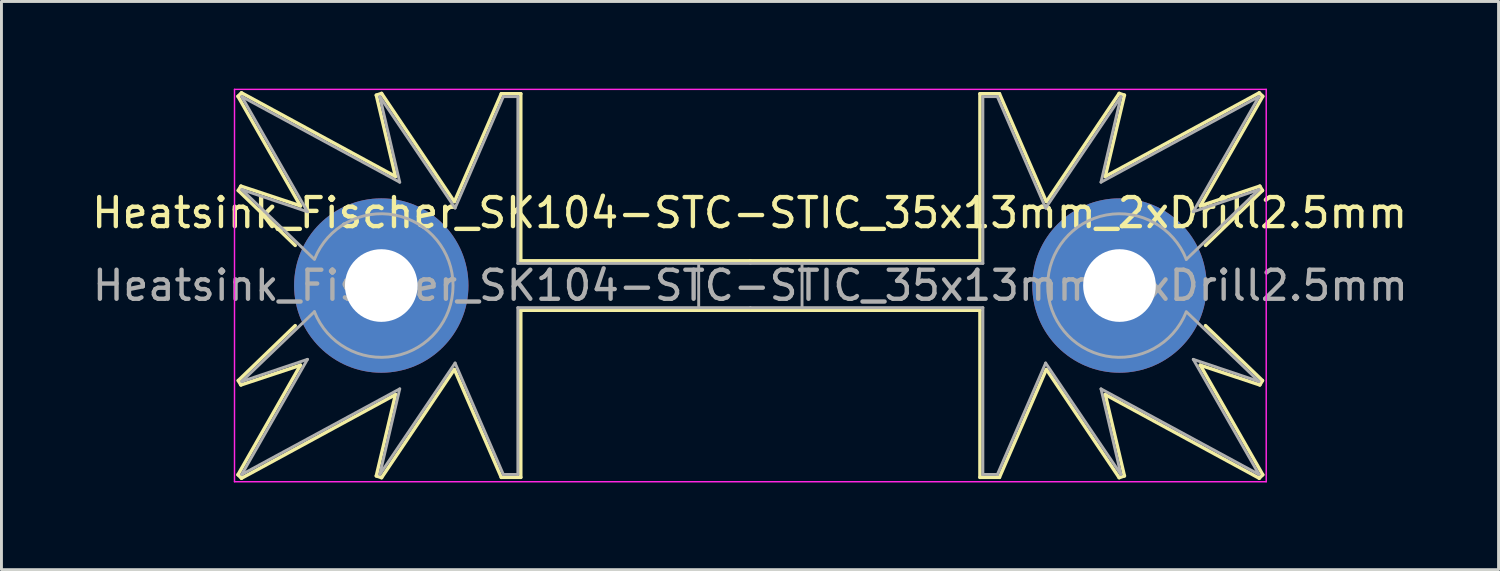
<source format=kicad_pcb>
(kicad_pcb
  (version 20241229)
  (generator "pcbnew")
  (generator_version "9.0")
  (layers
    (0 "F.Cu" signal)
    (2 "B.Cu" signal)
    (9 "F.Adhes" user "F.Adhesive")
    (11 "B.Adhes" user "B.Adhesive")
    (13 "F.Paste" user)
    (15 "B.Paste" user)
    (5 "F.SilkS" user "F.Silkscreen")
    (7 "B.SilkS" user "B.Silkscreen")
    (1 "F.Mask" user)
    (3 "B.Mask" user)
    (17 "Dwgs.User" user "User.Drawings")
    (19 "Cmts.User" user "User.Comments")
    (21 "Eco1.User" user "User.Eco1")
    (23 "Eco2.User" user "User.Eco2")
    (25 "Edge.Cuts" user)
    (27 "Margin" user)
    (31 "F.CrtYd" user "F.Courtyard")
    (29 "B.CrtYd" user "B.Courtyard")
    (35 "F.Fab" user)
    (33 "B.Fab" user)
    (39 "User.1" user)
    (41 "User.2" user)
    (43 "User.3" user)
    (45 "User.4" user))
  (footprint "Heatsink_Fischer_SK104-STC-STIC_35x13mm_2xDrill2.5mm"
    (layer "F.Cu")
    (at 22.769 6.775)
    (property "Reference" "Heatsink_Fischer_SK104-STC-STIC_35x13mm_2xDrill2.5mm" (at -0.025 -2.5 0) (layer "F.SilkS") (effects (font (size 1 1) (thickness 0.15))))
    (attr through_hole)
    (fp_line (start -17.63 -6.51) (end -15.48 -2.74) (stroke (width 0.12) (type solid)) (layer "F.SilkS"))
    (fp_line (start -17.63 6.51) (end -15.48 2.74) (stroke (width 0.12) (type solid)) (layer "F.SilkS"))
    (fp_line (start -17.62 -3.27) (end -15.66 -1.38) (stroke (width 0.12) (type solid)) (layer "F.SilkS"))
    (fp_line (start -17.62 3.27) (end -15.66 1.38) (stroke (width 0.12) (type solid)) (layer "F.SilkS"))
    (fp_line (start -17.53 -3.42) (end -17.62 -3.27) (stroke (width 0.12) (type solid)) (layer "F.SilkS"))
    (fp_line (start -17.53 3.42) (end -17.62 3.27) (stroke (width 0.12) (type solid)) (layer "F.SilkS"))
    (fp_line (start -17.51 -6.63) (end -17.63 -6.51) (stroke (width 0.12) (type solid)) (layer "F.SilkS"))
    (fp_line (start -17.51 6.63) (end -17.63 6.51) (stroke (width 0.12) (type solid)) (layer "F.SilkS"))
    (fp_line (start -15.48 -2.74) (end -17.53 -3.42) (stroke (width 0.12) (type solid)) (layer "F.SilkS"))
    (fp_line (start -15.48 2.74) (end -17.53 3.42) (stroke (width 0.12) (type solid)) (layer "F.SilkS"))
    (fp_line (start -12.87 -6.55) (end -12.21 -3.75) (stroke (width 0.12) (type solid)) (layer "F.SilkS"))
    (fp_line (start -12.87 6.55) (end -12.21 3.75) (stroke (width 0.12) (type solid)) (layer "F.SilkS"))
    (fp_line (start -12.69 -6.61) (end -12.87 -6.55) (stroke (width 0.12) (type solid)) (layer "F.SilkS"))
    (fp_line (start -12.69 6.61) (end -12.87 6.55) (stroke (width 0.12) (type solid)) (layer "F.SilkS"))
    (fp_line (start -12.21 -3.75) (end -17.51 -6.63) (stroke (width 0.12) (type solid)) (layer "F.SilkS"))
    (fp_line (start -12.21 3.75) (end -17.51 6.63) (stroke (width 0.12) (type solid)) (layer "F.SilkS"))
    (fp_line (start -10.19 -2.89) (end -12.69 -6.61) (stroke (width 0.12) (type solid)) (layer "F.SilkS"))
    (fp_line (start -10.19 2.89) (end -12.69 6.61) (stroke (width 0.12) (type solid)) (layer "F.SilkS"))
    (fp_line (start -8.57 -6.6) (end -10.18 -2.89) (stroke (width 0.12) (type solid)) (layer "F.SilkS"))
    (fp_line (start -8.57 6.6) (end -10.18 2.89) (stroke (width 0.12) (type solid)) (layer "F.SilkS"))
    (fp_line (start -7.9 -6.6) (end -8.57 -6.6) (stroke (width 0.12) (type solid)) (layer "F.SilkS"))
    (fp_line (start -7.9 -0.85) (end -7.9 -6.6) (stroke (width 0.12) (type solid)) (layer "F.SilkS"))
    (fp_line (start -7.9 0.85) (end -7.9 6.6) (stroke (width 0.12) (type solid)) (layer "F.SilkS"))
    (fp_line (start -7.9 6.6) (end -8.57 6.6) (stroke (width 0.12) (type solid)) (layer "F.SilkS"))
    (fp_line (start 0 -0.85) (end -7.9 -0.85) (stroke (width 0.12) (type solid)) (layer "F.SilkS"))
    (fp_line (start 0 -0.85) (end 7.9 -0.85) (stroke (width 0.12) (type solid)) (layer "F.SilkS"))
    (fp_line (start 0 0.85) (end -7.9 0.85) (stroke (width 0.12) (type solid)) (layer "F.SilkS"))
    (fp_line (start 0 0.85) (end 7.9 0.85) (stroke (width 0.12) (type solid)) (layer "F.SilkS"))
    (fp_line (start 7.9 -6.6) (end 8.57 -6.6) (stroke (width 0.12) (type solid)) (layer "F.SilkS"))
    (fp_line (start 7.9 -0.85) (end 7.9 -6.6) (stroke (width 0.12) (type solid)) (layer "F.SilkS"))
    (fp_line (start 7.9 0.85) (end 7.9 6.6) (stroke (width 0.12) (type solid)) (layer "F.SilkS"))
    (fp_line (start 7.9 6.6) (end 8.57 6.6) (stroke (width 0.12) (type solid)) (layer "F.SilkS"))
    (fp_line (start 8.57 -6.6) (end 10.18 -2.89) (stroke (width 0.12) (type solid)) (layer "F.SilkS"))
    (fp_line (start 8.57 6.6) (end 10.18 2.89) (stroke (width 0.12) (type solid)) (layer "F.SilkS"))
    (fp_line (start 10.19 -2.89) (end 12.69 -6.61) (stroke (width 0.12) (type solid)) (layer "F.SilkS"))
    (fp_line (start 10.19 2.89) (end 12.69 6.61) (stroke (width 0.12) (type solid)) (layer "F.SilkS"))
    (fp_line (start 12.21 -3.75) (end 17.51 -6.63) (stroke (width 0.12) (type solid)) (layer "F.SilkS"))
    (fp_line (start 12.21 3.75) (end 17.51 6.63) (stroke (width 0.12) (type solid)) (layer "F.SilkS"))
    (fp_line (start 12.69 -6.61) (end 12.87 -6.55) (stroke (width 0.12) (type solid)) (layer "F.SilkS"))
    (fp_line (start 12.69 6.61) (end 12.87 6.55) (stroke (width 0.12) (type solid)) (layer "F.SilkS"))
    (fp_line (start 12.87 -6.55) (end 12.21 -3.75) (stroke (width 0.12) (type solid)) (layer "F.SilkS"))
    (fp_line (start 12.87 6.55) (end 12.21 3.75) (stroke (width 0.12) (type solid)) (layer "F.SilkS"))
    (fp_line (start 15.48 -2.74) (end 17.53 -3.42) (stroke (width 0.12) (type solid)) (layer "F.SilkS"))
    (fp_line (start 15.48 2.74) (end 17.53 3.42) (stroke (width 0.12) (type solid)) (layer "F.SilkS"))
    (fp_line (start 17.51 -6.63) (end 17.63 -6.51) (stroke (width 0.12) (type solid)) (layer "F.SilkS"))
    (fp_line (start 17.51 6.63) (end 17.63 6.51) (stroke (width 0.12) (type solid)) (layer "F.SilkS"))
    (fp_line (start 17.53 -3.42) (end 17.62 -3.27) (stroke (width 0.12) (type solid)) (layer "F.SilkS"))
    (fp_line (start 17.53 3.42) (end 17.62 3.27) (stroke (width 0.12) (type solid)) (layer "F.SilkS"))
    (fp_line (start 17.62 -3.27) (end 15.66 -1.38) (stroke (width 0.12) (type solid)) (layer "F.SilkS"))
    (fp_line (start 17.62 3.27) (end 15.66 1.38) (stroke (width 0.12) (type solid)) (layer "F.SilkS"))
    (fp_line (start 17.63 -6.51) (end 15.48 -2.74) (stroke (width 0.12) (type solid)) (layer "F.SilkS"))
    (fp_line (start 17.63 6.51) (end 15.48 2.74) (stroke (width 0.12) (type solid)) (layer "F.SilkS"))
    (fp_line (start -17.75 -6.75) (end -17.75 6.75) (stroke (width 0.05) (type solid)) (layer "F.CrtYd"))
    (fp_line (start -17.75 -6.75) (end 17.75 -6.75) (stroke (width 0.05) (type solid)) (layer "F.CrtYd"))
    (fp_line (start 17.75 6.75) (end -17.75 6.75) (stroke (width 0.05) (type solid)) (layer "F.CrtYd"))
    (fp_line (start 17.75 6.75) (end 17.75 -6.75) (stroke (width 0.05) (type solid)) (layer "F.CrtYd"))
    (fp_line (start -17.5 -6.5) (end -15.24 -2.54) (stroke (width 0.1) (type solid)) (layer "F.Fab"))
    (fp_line (start -17.5 -6.5) (end -12.065 -3.556) (stroke (width 0.1) (type solid)) (layer "F.Fab"))
    (fp_line (start -17.5 -3.3) (end -15 -0.9) (stroke (width 0.1) (type solid)) (layer "F.Fab"))
    (fp_line (start -17.5 3.3) (end -15 0.9) (stroke (width 0.1) (type solid)) (layer "F.Fab"))
    (fp_line (start -17.5 6.5) (end -15.24 2.54) (stroke (width 0.1) (type solid)) (layer "F.Fab"))
    (fp_line (start -17.5 6.5) (end -12.065 3.556) (stroke (width 0.1) (type solid)) (layer "F.Fab"))
    (fp_line (start -15.24 -2.54) (end -17.5 -3.3) (stroke (width 0.1) (type solid)) (layer "F.Fab"))
    (fp_line (start -15.24 2.54) (end -17.5 3.3) (stroke (width 0.1) (type solid)) (layer "F.Fab"))
    (fp_line (start -12.065 -3.556) (end -12.75 -6.5) (stroke (width 0.1) (type solid)) (layer "F.Fab"))
    (fp_line (start -12.065 3.556) (end -12.75 6.5) (stroke (width 0.1) (type solid)) (layer "F.Fab"))
    (fp_line (start -10.16 -2.667) (end -12.75 -6.5) (stroke (width 0.1) (type solid)) (layer "F.Fab"))
    (fp_line (start -10.16 2.667) (end -12.75 6.5) (stroke (width 0.1) (type solid)) (layer "F.Fab"))
    (fp_line (start -8.5 -6.5) (end -10.16 -2.667) (stroke (width 0.1) (type solid)) (layer "F.Fab"))
    (fp_line (start -8.5 6.5) (end -10.16 2.667) (stroke (width 0.1) (type solid)) (layer "F.Fab"))
    (fp_line (start -8.001 -0.762) (end -8 -6.5) (stroke (width 0.1) (type solid)) (layer "F.Fab"))
    (fp_line (start -8.001 0.762) (end -8 6.5) (stroke (width 0.1) (type solid)) (layer "F.Fab"))
    (fp_line (start -8 -6.5) (end -8.5 -6.5) (stroke (width 0.1) (type solid)) (layer "F.Fab"))
    (fp_line (start -8 6.5) (end -8.5 6.5) (stroke (width 0.1) (type solid)) (layer "F.Fab"))
    (fp_line (start -1.778 0.762) (end -1.778 -0.762) (stroke (width 0.1) (type solid)) (layer "F.Fab"))
    (fp_line (start 0 -0.762) (end -8.001 -0.762) (stroke (width 0.1) (type solid)) (layer "F.Fab"))
    (fp_line (start 0 -0.762) (end 8.001 -0.762) (stroke (width 0.1) (type solid)) (layer "F.Fab"))
    (fp_line (start 0 0.762) (end -8.001 0.762) (stroke (width 0.1) (type solid)) (layer "F.Fab"))
    (fp_line (start 0 0.762) (end 8.001 0.762) (stroke (width 0.1) (type solid)) (layer "F.Fab"))
    (fp_line (start 1.778 -0.762) (end 1.778 0.762) (stroke (width 0.1) (type solid)) (layer "F.Fab"))
    (fp_line (start 8 -6.5) (end 8.5 -6.5) (stroke (width 0.1) (type solid)) (layer "F.Fab"))
    (fp_line (start 8 6.5) (end 8.5 6.5) (stroke (width 0.1) (type solid)) (layer "F.Fab"))
    (fp_line (start 8.001 -0.762) (end 8 -6.5) (stroke (width 0.1) (type solid)) (layer "F.Fab"))
    (fp_line (start 8.001 0.762) (end 8 6.5) (stroke (width 0.1) (type solid)) (layer "F.Fab"))
    (fp_line (start 8.5 -6.5) (end 10.16 -2.667) (stroke (width 0.1) (type solid)) (layer "F.Fab"))
    (fp_line (start 8.5 6.5) (end 10.16 2.667) (stroke (width 0.1) (type solid)) (layer "F.Fab"))
    (fp_line (start 10.16 -2.667) (end 12.75 -6.5) (stroke (width 0.1) (type solid)) (layer "F.Fab"))
    (fp_line (start 10.16 2.667) (end 12.75 6.5) (stroke (width 0.1) (type solid)) (layer "F.Fab"))
    (fp_line (start 12.065 -3.556) (end 12.75 -6.5) (stroke (width 0.1) (type solid)) (layer "F.Fab"))
    (fp_line (start 12.065 3.556) (end 12.75 6.5) (stroke (width 0.1) (type solid)) (layer "F.Fab"))
    (fp_line (start 15.24 -2.54) (end 17.5 -3.3) (stroke (width 0.1) (type solid)) (layer "F.Fab"))
    (fp_line (start 15.24 2.54) (end 17.5 3.3) (stroke (width 0.1) (type solid)) (layer "F.Fab"))
    (fp_line (start 17.5 -6.5) (end 12.065 -3.556) (stroke (width 0.1) (type solid)) (layer "F.Fab"))
    (fp_line (start 17.5 -6.5) (end 15.24 -2.54) (stroke (width 0.1) (type solid)) (layer "F.Fab"))
    (fp_line (start 17.5 -3.3) (end 15 -0.9) (stroke (width 0.1) (type solid)) (layer "F.Fab"))
    (fp_line (start 17.5 3.3) (end 15 0.9) (stroke (width 0.1) (type solid)) (layer "F.Fab"))
    (fp_line (start 17.5 6.5) (end 12.065 3.556) (stroke (width 0.1) (type solid)) (layer "F.Fab"))
    (fp_line (start 17.5 6.5) (end 15.24 2.54) (stroke (width 0.1) (type solid)) (layer "F.Fab"))
    (fp_arc (start -14.99272 -0.918387) (mid -10.230202 0.009888) (end -15 0.9) (stroke (width 0.1) (type solid)) (layer "F.Fab"))
    (fp_arc (start 14.99272 0.918387) (mid 10.230202 -0.009888) (end 15 -0.9) (stroke (width 0.1) (type solid)) (layer "F.Fab"))
    (fp_text user "${REFERENCE}" (at 0 0 0) (layer "F.Fab") (effects (font (size 1 1) (thickness 0.15))))
    (pad "1" thru_hole circle (at -12.7 0 180) (size 6 6) (drill 2.5) (layers "*.Cu" "*.Mask"))
    (pad "1" thru_hole circle (at 12.7 0) (size 6 6) (drill 2.5) (layers "*.Cu" "*.Mask")))
  (gr_rect
    (start -3 -3)
    (end 48.513 16.55)
    (stroke (width 0.1) (type default))
    (fill no)
    (layer "Edge.Cuts")))
</source>
